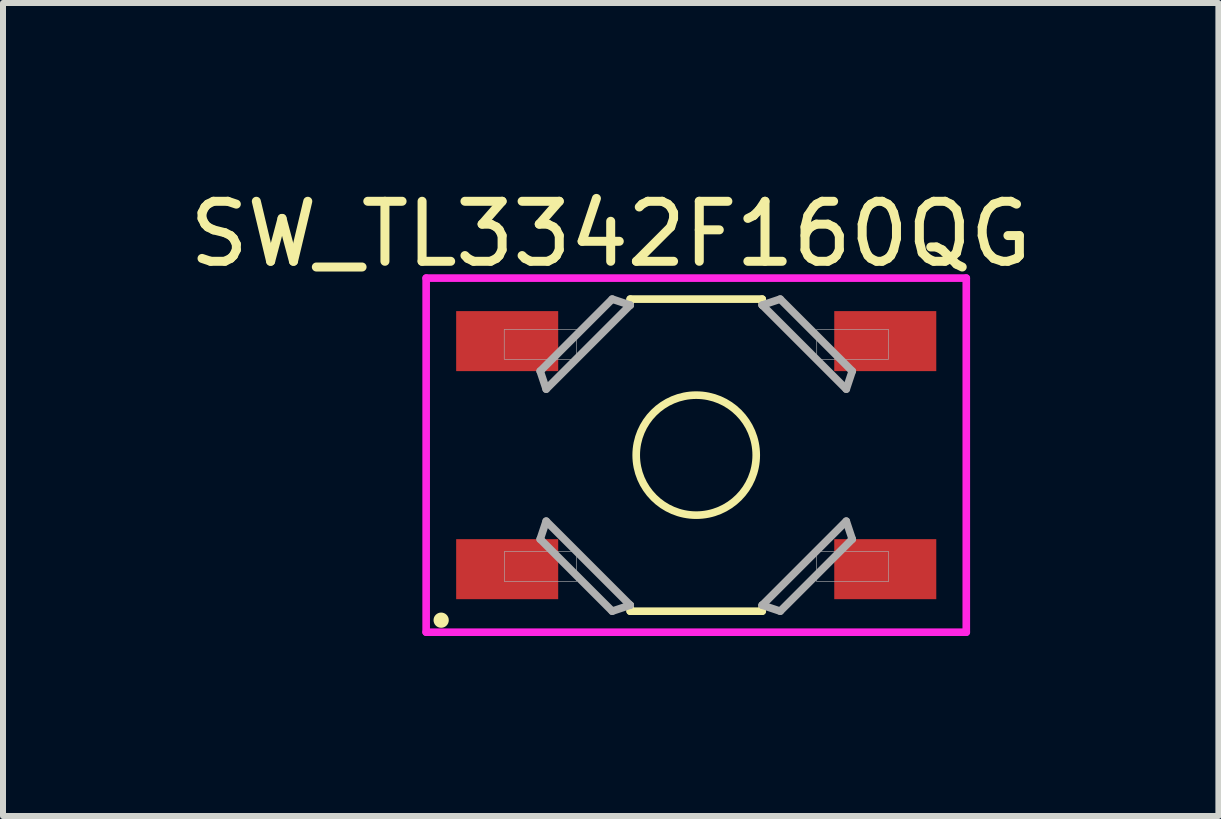
<source format=kicad_pcb>
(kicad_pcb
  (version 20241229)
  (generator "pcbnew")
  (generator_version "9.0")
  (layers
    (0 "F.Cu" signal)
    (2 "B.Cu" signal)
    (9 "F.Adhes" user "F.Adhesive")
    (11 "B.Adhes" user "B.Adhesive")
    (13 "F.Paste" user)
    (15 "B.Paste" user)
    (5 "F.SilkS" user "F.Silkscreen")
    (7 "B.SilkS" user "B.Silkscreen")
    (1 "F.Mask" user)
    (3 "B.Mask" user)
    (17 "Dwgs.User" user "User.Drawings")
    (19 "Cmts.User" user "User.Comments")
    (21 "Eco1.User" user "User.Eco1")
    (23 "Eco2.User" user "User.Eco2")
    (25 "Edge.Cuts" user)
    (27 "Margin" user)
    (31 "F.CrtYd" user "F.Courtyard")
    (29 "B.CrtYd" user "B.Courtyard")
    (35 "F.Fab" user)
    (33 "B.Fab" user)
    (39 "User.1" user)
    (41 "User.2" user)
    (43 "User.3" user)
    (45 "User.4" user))
  (footprint "SW_TL3342F160QG"
    (layer "F.Cu")
    (at 8.551 4.534)
    (property "Reference" "SW_TL3342F160QG" (at -1.425 -3.685 0) (layer "F.SilkS") (effects (font (size 1 1) (thickness 0.15))))
    (attr through_hole)
    (fp_line (start -1.1 -2.6) (end -1.1 -2.5) (stroke (width 0.127) (type solid)) (layer "F.SilkS"))
    (fp_line (start -1.1 -2.6) (end 1.1 -2.6) (stroke (width 0.127) (type solid)) (layer "F.SilkS"))
    (fp_line (start -1.1 2.5) (end -1.1 2.6) (stroke (width 0.127) (type solid)) (layer "F.SilkS"))
    (fp_line (start -1.1 2.6) (end 1.1 2.6) (stroke (width 0.127) (type solid)) (layer "F.SilkS"))
    (fp_line (start 1.1 -2.5) (end 1.1 -2.6) (stroke (width 0.127) (type solid)) (layer "F.SilkS"))
    (fp_line (start 1.1 2.5) (end 1.1 2.6) (stroke (width 0.127) (type solid)) (layer "F.SilkS"))
    (fp_circle (center -4.25 2.75) (end -4.123 2.75) (stroke (width 0) (type solid)) (fill yes) (layer "F.SilkS"))
    (fp_circle (center 0 0) (end 1 0) (stroke (width 0.127) (type solid)) (fill no) (layer "F.SilkS"))
    (fp_line (start -4.5 -2.95) (end 4.5 -2.95) (stroke (width 0.127) (type solid)) (layer "F.CrtYd"))
    (fp_line (start -4.5 2.95) (end -4.5 -2.95) (stroke (width 0.127) (type solid)) (layer "F.CrtYd"))
    (fp_line (start 4.5 -2.95) (end 4.5 2.95) (stroke (width 0.127) (type solid)) (layer "F.CrtYd"))
    (fp_line (start 4.5 2.95) (end -4.5 2.95) (stroke (width 0.127) (type solid)) (layer "F.CrtYd"))
    (fp_line (start -2.6 -1.4) (end -2.5 -1.1) (stroke (width 0.127) (type solid)) (layer "F.Fab"))
    (fp_line (start -2.6 -1.4) (end -1.4 -2.6) (stroke (width 0.127) (type solid)) (layer "F.Fab"))
    (fp_line (start -2.6 1.4) (end -2.5 1.1) (stroke (width 0.127) (type solid)) (layer "F.Fab"))
    (fp_line (start -2.6 1.4) (end -1.4 2.6) (stroke (width 0.127) (type solid)) (layer "F.Fab"))
    (fp_line (start -2.5 -1.1) (end -1.1 -2.5) (stroke (width 0.127) (type solid)) (layer "F.Fab"))
    (fp_line (start -2.5 1.1) (end -1.1 2.5) (stroke (width 0.127) (type solid)) (layer "F.Fab"))
    (fp_line (start -1.4 -2.6) (end -1.1 -2.5) (stroke (width 0.127) (type solid)) (layer "F.Fab"))
    (fp_line (start -1.4 2.6) (end -1.1 2.5) (stroke (width 0.127) (type solid)) (layer "F.Fab"))
    (fp_line (start 1.1 -2.5) (end 2.5 -1.1) (stroke (width 0.127) (type solid)) (layer "F.Fab"))
    (fp_line (start 1.1 2.5) (end 2.5 1.1) (stroke (width 0.127) (type solid)) (layer "F.Fab"))
    (fp_line (start 1.4 -2.6) (end 1.1 -2.5) (stroke (width 0.127) (type solid)) (layer "F.Fab"))
    (fp_line (start 1.4 -2.6) (end 2.6 -1.4) (stroke (width 0.127) (type solid)) (layer "F.Fab"))
    (fp_line (start 1.4 2.6) (end 1.1 2.5) (stroke (width 0.127) (type solid)) (layer "F.Fab"))
    (fp_line (start 1.4 2.6) (end 2.6 1.4) (stroke (width 0.127) (type solid)) (layer "F.Fab"))
    (fp_line (start 2.6 -1.4) (end 2.5 -1.1) (stroke (width 0.127) (type solid)) (layer "F.Fab"))
    (fp_line (start 2.6 1.4) (end 2.5 1.1) (stroke (width 0.127) (type solid)) (layer "F.Fab"))
    (fp_poly (pts (xy -3.199 -2.095) (xy -1.995 -2.095) (xy -1.995 -1.597) (xy -3.199 -1.597)) (stroke (width 0.01) (type solid)) (fill no) (layer "F.Fab"))
    (fp_poly (pts (xy -3.196 1.605) (xy -1.995 1.605) (xy -1.995 2.106) (xy -3.196 2.106)) (stroke (width 0.01) (type solid)) (fill no) (layer "F.Fab"))
    (fp_poly (pts (xy 2.007 1.605) (xy 3.205 1.605) (xy 3.205 2.107) (xy 2.007 2.107)) (stroke (width 0.01) (type solid)) (fill no) (layer "F.Fab"))
    (fp_poly (pts (xy 2.008 -2.095) (xy 3.205 -2.095) (xy 3.205 -1.597) (xy 2.008 -1.597)) (stroke (width 0.01) (type solid)) (fill no) (layer "F.Fab"))
    (pad "1" smd rect (at -3.15 1.9) (size 1.7 1) (layers "F.Cu" "F.Mask" "F.Paste"))
    (pad "2" smd rect (at 3.15 1.9) (size 1.7 1) (layers "F.Cu" "F.Mask" "F.Paste"))
    (pad "3" smd rect (at -3.15 -1.9) (size 1.7 1) (layers "F.Cu" "F.Mask" "F.Paste"))
    (pad "4" smd rect (at 3.15 -1.9) (size 1.7 1) (layers "F.Cu" "F.Mask" "F.Paste")))
  (gr_rect
    (start -3 -3)
    (end 17.252 10.547)
    (stroke (width 0.1) (type default))
    (fill no)
    (layer "Edge.Cuts")))
</source>
